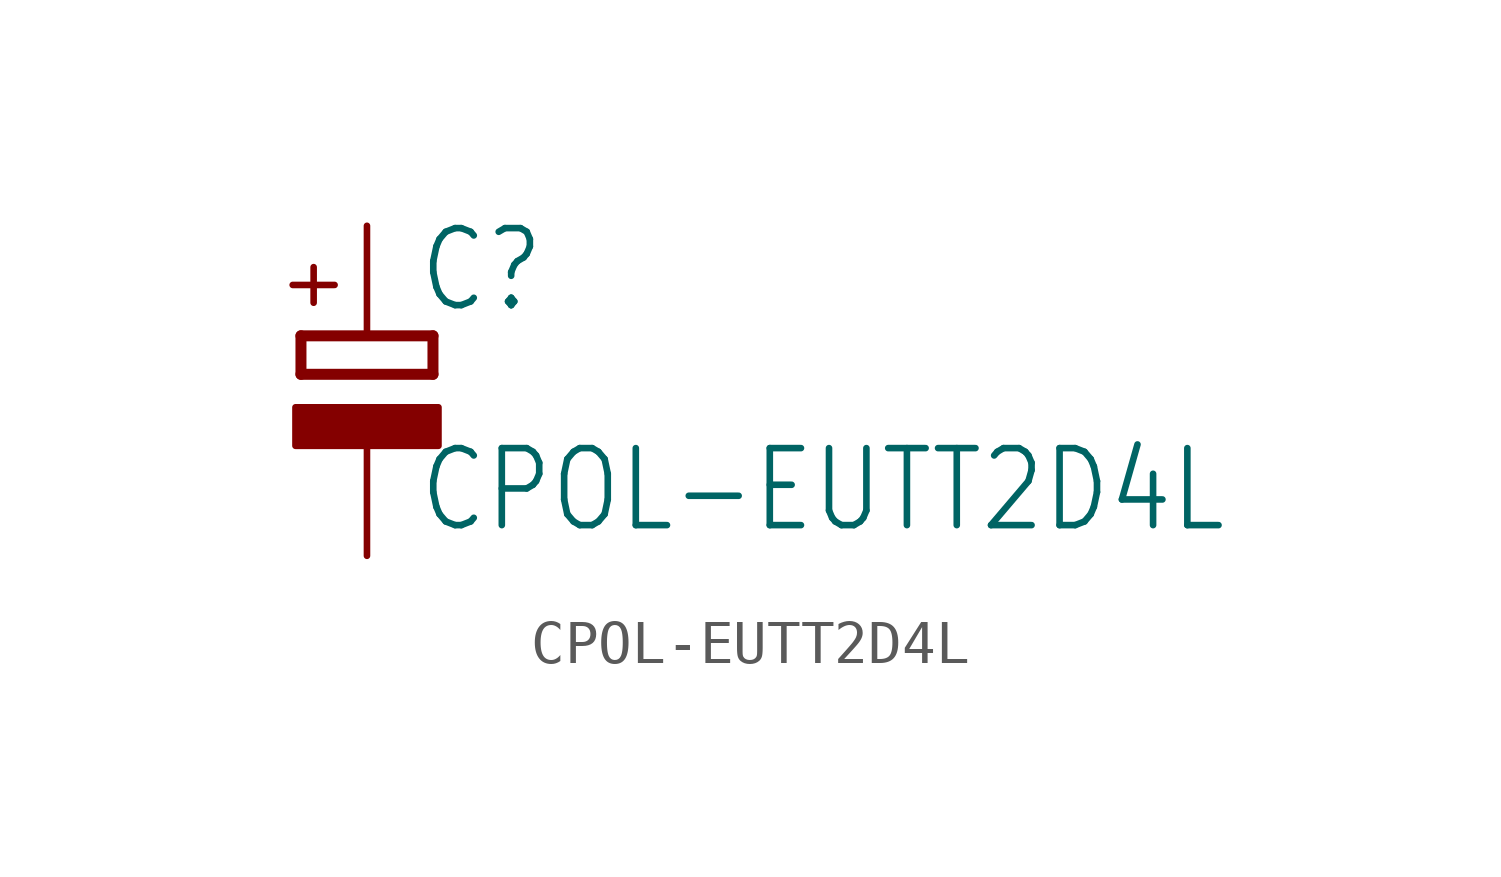
<source format=kicad_sym>
(kicad_symbol_lib
  (version 20220331)
  (generator kicad_symbol_editor)
  (symbol "CPOL-EUTT2D4L"
    (property "Reference" "C"
      (at 1.143 0.483 0)
      (effects (font (size 1.778 1.511)) (justify left bottom)))
    (property "Value" "CPOL-EUTT2D4L"
      (at 1.143 -4.597 0)
      (effects (font (size 1.778 1.511)) (justify left bottom)))
    (property "ki_locked" ""
      (at 0 0 0)
      (effects (font (size 1.27 1.27))))
    (symbol "CPOL-EUTT2D4L_1_0"
      (rectangle (start -1.651 -2.54) (end 1.651 -1.651) (stroke (width 0) (type default)) (fill (type outline)))
      (polyline (pts (xy -1.524 -0.889) (xy 1.524 -0.889)) (stroke (width 0.254) (type solid)) (fill (type none)))
      (polyline (pts (xy -1.524 0) (xy -1.524 -0.889)) (stroke (width 0.254) (type solid)) (fill (type none)))
      (polyline (pts (xy -1.524 0) (xy 1.524 0)) (stroke (width 0.254) (type solid)) (fill (type none)))
      (polyline (pts (xy 1.524 -0.889) (xy 1.524 0)) (stroke (width 0.254) (type solid)) (fill (type none)))
      (text "+" (at -0.584 0.406 900) (effects (font (size 1.27 1.079)) (justify left bottom)))
      (pin passive line (at 0 2.54 270) (length 2.54) (name "+" (effects (font (size 0 0)))) (number "+" (effects (font (size 0 0)))))
      (pin passive line (at 0 -5.08 90) (length 2.54) (name "-" (effects (font (size 0 0)))) (number "-" (effects (font (size 0 0))))))))
</source>
